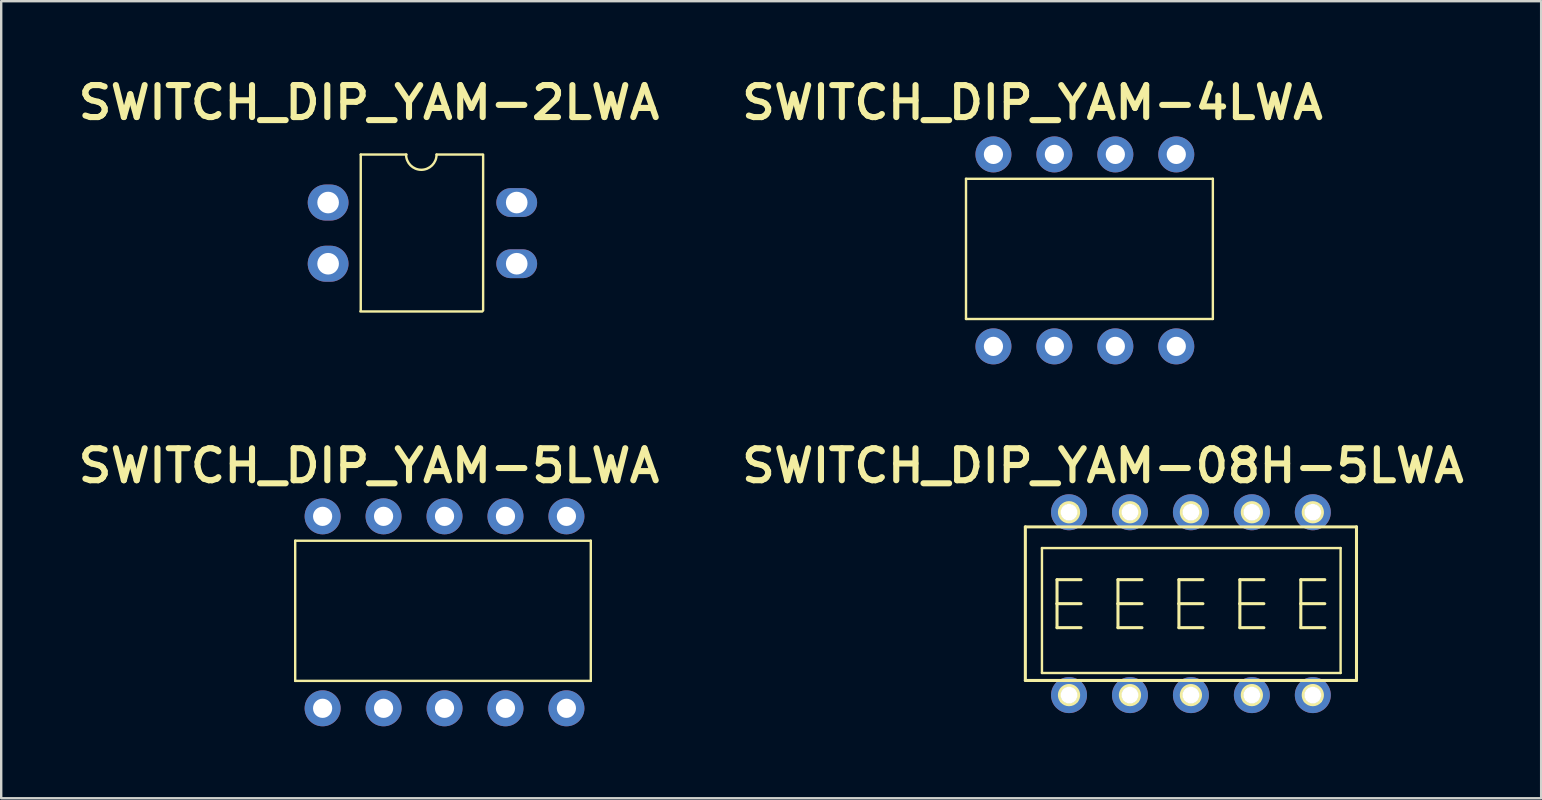
<source format=kicad_pcb>
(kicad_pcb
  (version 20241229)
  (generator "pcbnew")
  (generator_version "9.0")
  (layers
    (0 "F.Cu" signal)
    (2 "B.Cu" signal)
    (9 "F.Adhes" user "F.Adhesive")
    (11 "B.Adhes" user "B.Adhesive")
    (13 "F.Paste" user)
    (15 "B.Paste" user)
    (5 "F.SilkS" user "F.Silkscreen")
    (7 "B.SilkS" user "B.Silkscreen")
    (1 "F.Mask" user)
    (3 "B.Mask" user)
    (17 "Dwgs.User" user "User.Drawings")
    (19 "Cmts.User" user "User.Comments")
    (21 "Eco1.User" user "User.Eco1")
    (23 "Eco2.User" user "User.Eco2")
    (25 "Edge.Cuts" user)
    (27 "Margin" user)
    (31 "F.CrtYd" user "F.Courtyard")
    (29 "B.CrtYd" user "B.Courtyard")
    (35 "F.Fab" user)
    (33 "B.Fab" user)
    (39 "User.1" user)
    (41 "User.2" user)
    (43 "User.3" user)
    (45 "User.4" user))
  (footprint "SWITCH_DIP_YAM-5LWA"
    (layer "F.Cu")
    (at 15.45 22.659)
    (property "Reference" "SWITCH_DIP_YAM-5LWA" (at -3.124 -6.299 0) (unlocked yes) (layer "F.SilkS") (effects (font (size 1.333 1.402) (thickness 0.254))))
    (attr smd)
    (fp_line (start -6.198 -3.175) (end 6.121 -3.175) (stroke (width 0.1) (type solid)) (layer "F.SilkS"))
    (fp_line (start -6.198 2.667) (end -6.198 -3.175) (stroke (width 0.1) (type solid)) (layer "F.SilkS"))
    (fp_line (start -6.198 2.667) (end 6.121 2.667) (stroke (width 0.1) (type solid)) (layer "F.SilkS"))
    (fp_line (start 6.121 2.667) (end 6.121 -3.175) (stroke (width 0.1) (type solid)) (layer "F.SilkS"))
    (pad "1" thru_hole circle (at -5.055 -4.191) (size 1.5 1.5) (drill 0.8) (layers "*.Cu" "*.Mask"))
    (pad "2" thru_hole circle (at -2.515 -4.191) (size 1.5 1.5) (drill 0.8) (layers "*.Cu" "*.Mask"))
    (pad "3" thru_hole circle (at 0.025 -4.191) (size 1.5 1.5) (drill 0.8) (layers "*.Cu" "*.Mask"))
    (pad "4" thru_hole circle (at 2.565 -4.191) (size 1.5 1.5) (drill 0.8) (layers "*.Cu" "*.Mask"))
    (pad "5" thru_hole circle (at 5.105 -4.191) (size 1.5 1.5) (drill 0.8) (layers "*.Cu" "*.Mask"))
    (pad "6" thru_hole circle (at -5.055 3.809) (size 1.5 1.5) (drill 0.8) (layers "*.Cu" "*.Mask"))
    (pad "7" thru_hole circle (at -2.515 3.809) (size 1.5 1.5) (drill 0.8) (layers "*.Cu" "*.Mask"))
    (pad "8" thru_hole circle (at 0.025 3.809) (size 1.5 1.5) (drill 0.8) (layers "*.Cu" "*.Mask"))
    (pad "9" thru_hole circle (at 2.565 3.809) (size 1.5 1.5) (drill 0.8) (layers "*.Cu" "*.Mask"))
    (pad "10" thru_hole circle (at 5.105 3.809) (size 1.5 1.5) (drill 0.8) (layers "*.Cu" "*.Mask")))
  (footprint "SWITCH_DIP_YAM-4LWA"
    (layer "F.Cu")
    (at 42.161 7.322)
    (property "Reference" "SWITCH_DIP_YAM-4LWA" (at -2.184 -6.096 0) (unlocked yes) (layer "F.SilkS") (effects (font (size 1.333 1.402) (thickness 0.254))))
    (attr smd)
    (fp_line (start -4.953 -2.921) (end 5.334 -2.921) (stroke (width 0.1) (type solid)) (layer "F.SilkS"))
    (fp_line (start -4.953 2.921) (end -4.953 -2.921) (stroke (width 0.1) (type solid)) (layer "F.SilkS"))
    (fp_line (start -4.953 2.921) (end 5.334 2.921) (stroke (width 0.1) (type solid)) (layer "F.SilkS"))
    (fp_line (start 5.334 2.921) (end 5.334 -2.921) (stroke (width 0.1) (type solid)) (layer "F.SilkS"))
    (pad "1" thru_hole circle (at -3.81 -3.937) (size 1.5 1.5) (drill 0.8) (layers "*.Cu" "*.Mask"))
    (pad "2" thru_hole circle (at -1.27 -3.937) (size 1.5 1.5) (drill 0.8) (layers "*.Cu" "*.Mask"))
    (pad "3" thru_hole circle (at 1.27 -3.937) (size 1.5 1.5) (drill 0.8) (layers "*.Cu" "*.Mask"))
    (pad "4" thru_hole circle (at 3.81 -3.937) (size 1.5 1.5) (drill 0.8) (layers "*.Cu" "*.Mask"))
    (pad "5" thru_hole circle (at -3.81 4.063) (size 1.5 1.5) (drill 0.8) (layers "*.Cu" "*.Mask"))
    (pad "6" thru_hole circle (at -1.27 4.063) (size 1.5 1.5) (drill 0.8) (layers "*.Cu" "*.Mask"))
    (pad "7" thru_hole circle (at 1.27 4.063) (size 1.5 1.5) (drill 0.8) (layers "*.Cu" "*.Mask"))
    (pad "8" thru_hole circle (at 3.81 4.063) (size 1.5 1.5) (drill 0.8) (layers "*.Cu" "*.Mask")))
  (footprint "SWITCH_DIP_YAM-08H-5LWA"
    (layer "F.Cu")
    (at 46.698 22.202)
    (property "Reference" "SWITCH_DIP_YAM-08H-5LWA" (at -3.785 -5.842 0) (unlocked yes) (layer "F.SilkS") (effects (font (size 1.333 1.402) (thickness 0.254))))
    (attr smd)
    (fp_line (start -7.017 -3.294) (end -7.017 3.106) (stroke (width 0.127) (type solid)) (layer "F.SilkS"))
    (fp_line (start -6.325 -2.413) (end -6.325 2.794) (stroke (width 0.1) (type solid)) (layer "F.SilkS"))
    (fp_line (start -5.697 -1.094) (end -5.697 -0.094) (stroke (width 0.127) (type solid)) (layer "F.SilkS"))
    (fp_line (start -5.697 -0.094) (end -5.697 0.906) (stroke (width 0.127) (type solid)) (layer "F.SilkS"))
    (fp_line (start -4.697 -1.094) (end -5.697 -1.094) (stroke (width 0.127) (type solid)) (layer "F.SilkS"))
    (fp_line (start -4.697 -0.094) (end -5.697 -0.094) (stroke (width 0.127) (type solid)) (layer "F.SilkS"))
    (fp_line (start -4.697 0.906) (end -5.697 0.906) (stroke (width 0.127) (type solid)) (layer "F.SilkS"))
    (fp_line (start -3.157 -1.094) (end -3.157 -0.094) (stroke (width 0.127) (type solid)) (layer "F.SilkS"))
    (fp_line (start -3.157 -0.094) (end -3.157 0.906) (stroke (width 0.127) (type solid)) (layer "F.SilkS"))
    (fp_line (start -2.157 -1.094) (end -3.157 -1.094) (stroke (width 0.127) (type solid)) (layer "F.SilkS"))
    (fp_line (start -2.157 -0.094) (end -3.157 -0.094) (stroke (width 0.127) (type solid)) (layer "F.SilkS"))
    (fp_line (start -2.157 0.906) (end -3.157 0.906) (stroke (width 0.127) (type solid)) (layer "F.SilkS"))
    (fp_line (start -0.617 -1.094) (end -0.617 -0.094) (stroke (width 0.127) (type solid)) (layer "F.SilkS"))
    (fp_line (start -0.617 -0.094) (end -0.617 0.906) (stroke (width 0.127) (type solid)) (layer "F.SilkS"))
    (fp_line (start 0.383 -1.094) (end -0.617 -1.094) (stroke (width 0.127) (type solid)) (layer "F.SilkS"))
    (fp_line (start 0.383 -0.094) (end -0.617 -0.094) (stroke (width 0.127) (type solid)) (layer "F.SilkS"))
    (fp_line (start 0.383 0.906) (end -0.617 0.906) (stroke (width 0.127) (type solid)) (layer "F.SilkS"))
    (fp_line (start 1.923 -1.094) (end 1.923 -0.094) (stroke (width 0.127) (type solid)) (layer "F.SilkS"))
    (fp_line (start 1.923 -0.094) (end 1.923 0.906) (stroke (width 0.127) (type solid)) (layer "F.SilkS"))
    (fp_line (start 2.923 -1.094) (end 1.923 -1.094) (stroke (width 0.127) (type solid)) (layer "F.SilkS"))
    (fp_line (start 2.923 -0.094) (end 1.923 -0.094) (stroke (width 0.127) (type solid)) (layer "F.SilkS"))
    (fp_line (start 2.923 0.906) (end 1.923 0.906) (stroke (width 0.127) (type solid)) (layer "F.SilkS"))
    (fp_line (start 4.463 -1.094) (end 4.463 -0.094) (stroke (width 0.127) (type solid)) (layer "F.SilkS"))
    (fp_line (start 4.463 -0.094) (end 4.463 0.906) (stroke (width 0.127) (type solid)) (layer "F.SilkS"))
    (fp_line (start 5.463 -1.094) (end 4.463 -1.094) (stroke (width 0.127) (type solid)) (layer "F.SilkS"))
    (fp_line (start 5.463 -0.094) (end 4.463 -0.094) (stroke (width 0.127) (type solid)) (layer "F.SilkS"))
    (fp_line (start 5.463 0.906) (end 4.463 0.906) (stroke (width 0.127) (type solid)) (layer "F.SilkS"))
    (fp_line (start 6.121 -2.413) (end -6.325 -2.413) (stroke (width 0.1) (type solid)) (layer "F.SilkS"))
    (fp_line (start 6.121 -2.413) (end 6.121 2.794) (stroke (width 0.1) (type solid)) (layer "F.SilkS"))
    (fp_line (start 6.121 2.794) (end -6.325 2.794) (stroke (width 0.1) (type solid)) (layer "F.SilkS"))
    (fp_line (start 6.783 -3.294) (end -7.017 -3.294) (stroke (width 0.127) (type solid)) (layer "F.SilkS"))
    (fp_line (start 6.783 -3.294) (end 6.783 3.106) (stroke (width 0.127) (type solid)) (layer "F.SilkS"))
    (fp_line (start 6.783 3.106) (end -7.017 3.106) (stroke (width 0.127) (type solid)) (layer "F.SilkS"))
    (fp_arc (start -5.514511 -4.147565) (mid -5.197519 -4.30406) (end -4.880254 -4.148118) (stroke (width 0.127) (type solid)) (layer "F.SilkS"))
    (fp_arc (start -5.514086 3.960008) (mid -5.197519 3.31595) (end -4.879829 3.959455) (stroke (width 0.127) (type solid)) (layer "F.SilkS"))
    (fp_arc (start -4.880254 -4.148118) (mid -5.196821 -3.50406) (end -5.514511 -4.147565) (stroke (width 0.127) (type solid)) (layer "F.SilkS"))
    (fp_arc (start -4.879829 3.959455) (mid -5.196821 4.11595) (end -5.514086 3.960008) (stroke (width 0.127) (type solid)) (layer "F.SilkS"))
    (fp_arc (start -2.974511 -4.147565) (mid -2.657519 -4.30406) (end -2.340254 -4.148118) (stroke (width 0.127) (type solid)) (layer "F.SilkS"))
    (fp_arc (start -2.974086 3.960008) (mid -2.657519 3.31595) (end -2.339829 3.959455) (stroke (width 0.127) (type solid)) (layer "F.SilkS"))
    (fp_arc (start -2.340254 -4.148118) (mid -2.656821 -3.50406) (end -2.974511 -4.147565) (stroke (width 0.127) (type solid)) (layer "F.SilkS"))
    (fp_arc (start -2.339829 3.959455) (mid -2.656821 4.11595) (end -2.974086 3.960008) (stroke (width 0.127) (type solid)) (layer "F.SilkS"))
    (fp_arc (start -0.434511 -4.147565) (mid -0.117519 -4.30406) (end 0.199746 -4.148118) (stroke (width 0.127) (type solid)) (layer "F.SilkS"))
    (fp_arc (start -0.434086 3.960008) (mid -0.117519 3.31595) (end 0.200171 3.959455) (stroke (width 0.127) (type solid)) (layer "F.SilkS"))
    (fp_arc (start 0.199746 -4.148118) (mid -0.116821 -3.50406) (end -0.434511 -4.147565) (stroke (width 0.127) (type solid)) (layer "F.SilkS"))
    (fp_arc (start 0.200171 3.959455) (mid -0.116821 4.11595) (end -0.434086 3.960008) (stroke (width 0.127) (type solid)) (layer "F.SilkS"))
    (fp_arc (start 2.105489 -4.147565) (mid 2.422481 -4.30406) (end 2.739746 -4.148118) (stroke (width 0.127) (type solid)) (layer "F.SilkS"))
    (fp_arc (start 2.105914 3.960008) (mid 2.422481 3.31595) (end 2.740171 3.959455) (stroke (width 0.127) (type solid)) (layer "F.SilkS"))
    (fp_arc (start 2.739746 -4.148118) (mid 2.423179 -3.50406) (end 2.105489 -4.147565) (stroke (width 0.127) (type solid)) (layer "F.SilkS"))
    (fp_arc (start 2.740171 3.959455) (mid 2.423179 4.11595) (end 2.105914 3.960008) (stroke (width 0.127) (type solid)) (layer "F.SilkS"))
    (fp_arc (start 4.645489 -4.147565) (mid 4.962481 -4.30406) (end 5.279746 -4.148118) (stroke (width 0.127) (type solid)) (layer "F.SilkS"))
    (fp_arc (start 4.645914 3.960008) (mid 4.962481 3.31595) (end 5.280171 3.959455) (stroke (width 0.127) (type solid)) (layer "F.SilkS"))
    (fp_arc (start 5.279746 -4.148118) (mid 4.963179 -3.50406) (end 4.645489 -4.147565) (stroke (width 0.127) (type solid)) (layer "F.SilkS"))
    (fp_arc (start 5.280171 3.959455) (mid 4.963179 4.11595) (end 4.645914 3.960008) (stroke (width 0.127) (type solid)) (layer "F.SilkS"))
    (pad "1" thru_hole circle (at 4.963 3.716 180) (size 1.5 1.5) (drill 0.7) (layers "*.Cu" "*.Mask"))
    (pad "2" thru_hole circle (at 2.423 3.716 180) (size 1.5 1.5) (drill 0.7) (layers "*.Cu" "*.Mask"))
    (pad "3" thru_hole circle (at -0.117 3.716 180) (size 1.5 1.5) (drill 0.7) (layers "*.Cu" "*.Mask"))
    (pad "4" thru_hole circle (at -2.657 3.716 180) (size 1.5 1.5) (drill 0.7) (layers "*.Cu" "*.Mask"))
    (pad "5" thru_hole circle (at -5.197 3.716 180) (size 1.5 1.5) (drill 0.7) (layers "*.Cu" "*.Mask"))
    (pad "6" thru_hole circle (at 4.963 -3.904 180) (size 1.5 1.5) (drill 0.7) (layers "*.Cu" "*.Mask"))
    (pad "7" thru_hole circle (at 2.423 -3.904 180) (size 1.5 1.5) (drill 0.7) (layers "*.Cu" "*.Mask"))
    (pad "8" thru_hole circle (at -0.117 -3.904 180) (size 1.5 1.5) (drill 0.7) (layers "*.Cu" "*.Mask"))
    (pad "9" thru_hole circle (at -2.657 -3.904 180) (size 1.5 1.5) (drill 0.7) (layers "*.Cu" "*.Mask"))
    (pad "10" thru_hole circle (at -5.197 -3.904 180) (size 1.5 1.5) (drill 0.7) (layers "*.Cu" "*.Mask")))
  (footprint "SWITCH_DIP_YAM-2LWA"
    (layer "F.Cu")
    (at 14.383 6.534)
    (property "Reference" "SWITCH_DIP_YAM-2LWA" (at -2.057 -5.309 0) (unlocked yes) (layer "F.SilkS") (effects (font (size 1.333 1.402) (thickness 0.254))))
    (attr smd)
    (fp_line (start -2.415 3.397) (end 2.665 3.397) (stroke (width 0.1) (type solid)) (layer "F.SilkS"))
    (fp_line (start -2.399 -3.143) (end -0.494 -3.143) (stroke (width 0.1) (type solid)) (layer "F.SilkS"))
    (fp_line (start -2.399 3.357) (end -2.399 -3.143) (stroke (width 0.1) (type solid)) (layer "F.SilkS"))
    (fp_line (start 0.76 -3.143) (end 2.665 -3.143) (stroke (width 0.1) (type solid)) (layer "F.SilkS"))
    (fp_line (start 2.701 3.357) (end 2.701 -3.143) (stroke (width 0.1) (type solid)) (layer "F.SilkS"))
    (fp_arc (start 0.76 -3.143) (mid 0.125 -2.508) (end -0.51 -3.143) (stroke (width 0.1) (type solid)) (layer "F.SilkS"))
    (pad "1" thru_hole oval (at -3.759 -1.143) (size 1.7 1.5) (drill 0.9) (layers "*.Cu" "*.Mask"))
    (pad "2" thru_hole oval (at -3.759 1.407) (size 1.7 1.5) (drill 0.9) (layers "*.Cu" "*.Mask"))
    (pad "3" thru_hole oval (at 4.101 -1.143) (size 1.7 1.2) (drill 0.9) (layers "*.Cu" "*.Mask"))
    (pad "4" thru_hole oval (at 4.101 1.407) (size 1.7 1.2) (drill 0.9) (layers "*.Cu" "*.Mask")))
  (gr_rect
    (start -3 -3)
    (end 61.177 30.218)
    (stroke (width 0.1) (type default))
    (fill no)
    (layer "Edge.Cuts")))
</source>
